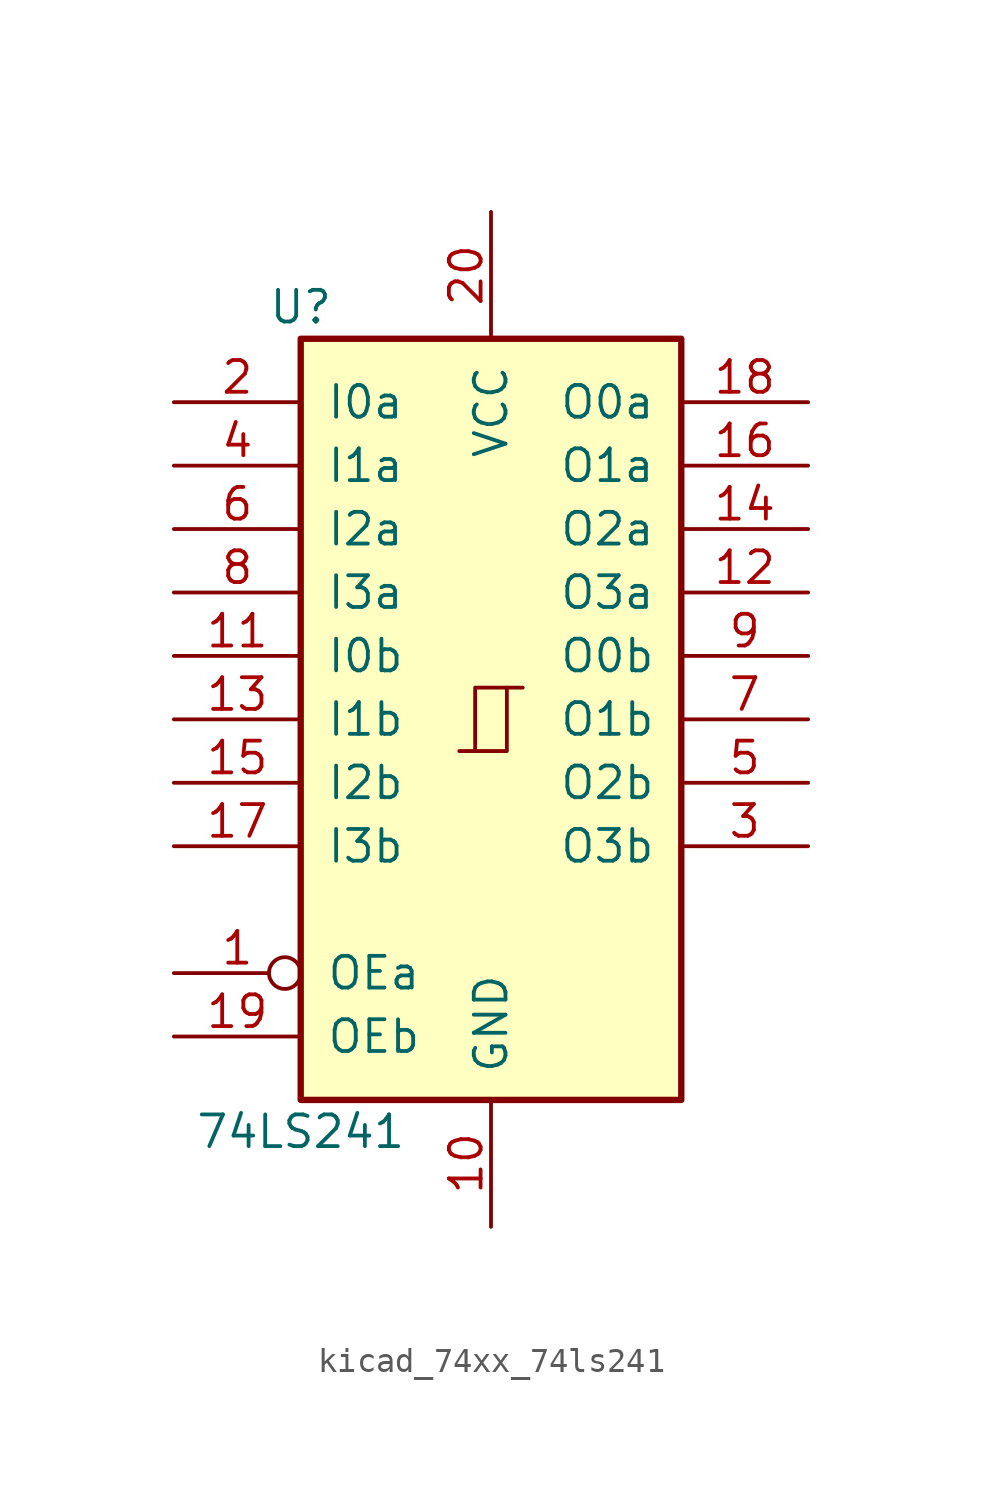
<source format=kicad_sym>
(kicad_symbol_lib
  (version 20220914)
  (generator kicad_symbol_editor)
  (symbol "kicad_74xx_74ls241"
    (pin_names
      (offset 1.016))
    (property "Reference" "U"
      (at -7.62 16.51 0)
      (effects (font (size 1.27 1.27))))
    (property "Value" "74LS241"
      (at -7.62 -16.51 0)
      (effects (font (size 1.27 1.27))))
    (symbol "kicad_74xx_74ls241_1_0"
      (polyline (pts (xy -0.635 -1.27) (xy -0.635 1.27) (xy 0.635 1.27)) (stroke (width 0) (type default)) (fill (type none)))
      (polyline (pts (xy -1.27 -1.27) (xy 0.635 -1.27) (xy 0.635 1.27) (xy 1.27 1.27)) (stroke (width 0) (type default)) (fill (type none)))
      (pin input inverted (at -12.7 -10.16 0) (length 5.08) (name "OEa" (effects (font (size 1.27 1.27)))) (number "1" (effects (font (size 1.27 1.27)))))
      (pin power_in line (at 0 -20.32 90) (length 5.08) (name "GND" (effects (font (size 1.27 1.27)))) (number "10" (effects (font (size 1.27 1.27)))))
      (pin input line (at -12.7 2.54 0) (length 5.08) (name "I0b" (effects (font (size 1.27 1.27)))) (number "11" (effects (font (size 1.27 1.27)))))
      (pin tri_state line (at 12.7 5.08 180) (length 5.08) (name "O3a" (effects (font (size 1.27 1.27)))) (number "12" (effects (font (size 1.27 1.27)))))
      (pin input line (at -12.7 0 0) (length 5.08) (name "I1b" (effects (font (size 1.27 1.27)))) (number "13" (effects (font (size 1.27 1.27)))))
      (pin tri_state line (at 12.7 7.62 180) (length 5.08) (name "O2a" (effects (font (size 1.27 1.27)))) (number "14" (effects (font (size 1.27 1.27)))))
      (pin input line (at -12.7 -2.54 0) (length 5.08) (name "I2b" (effects (font (size 1.27 1.27)))) (number "15" (effects (font (size 1.27 1.27)))))
      (pin tri_state line (at 12.7 10.16 180) (length 5.08) (name "O1a" (effects (font (size 1.27 1.27)))) (number "16" (effects (font (size 1.27 1.27)))))
      (pin input line (at -12.7 -5.08 0) (length 5.08) (name "I3b" (effects (font (size 1.27 1.27)))) (number "17" (effects (font (size 1.27 1.27)))))
      (pin tri_state line (at 12.7 12.7 180) (length 5.08) (name "O0a" (effects (font (size 1.27 1.27)))) (number "18" (effects (font (size 1.27 1.27)))))
      (pin input line (at -12.7 -12.7 0) (length 5.08) (name "OEb" (effects (font (size 1.27 1.27)))) (number "19" (effects (font (size 1.27 1.27)))))
      (pin input line (at -12.7 12.7 0) (length 5.08) (name "I0a" (effects (font (size 1.27 1.27)))) (number "2" (effects (font (size 1.27 1.27)))))
      (pin power_in line (at 0 20.32 270) (length 5.08) (name "VCC" (effects (font (size 1.27 1.27)))) (number "20" (effects (font (size 1.27 1.27)))))
      (pin tri_state line (at 12.7 -5.08 180) (length 5.08) (name "O3b" (effects (font (size 1.27 1.27)))) (number "3" (effects (font (size 1.27 1.27)))))
      (pin input line (at -12.7 10.16 0) (length 5.08) (name "I1a" (effects (font (size 1.27 1.27)))) (number "4" (effects (font (size 1.27 1.27)))))
      (pin tri_state line (at 12.7 -2.54 180) (length 5.08) (name "O2b" (effects (font (size 1.27 1.27)))) (number "5" (effects (font (size 1.27 1.27)))))
      (pin input line (at -12.7 7.62 0) (length 5.08) (name "I2a" (effects (font (size 1.27 1.27)))) (number "6" (effects (font (size 1.27 1.27)))))
      (pin tri_state line (at 12.7 0 180) (length 5.08) (name "O1b" (effects (font (size 1.27 1.27)))) (number "7" (effects (font (size 1.27 1.27)))))
      (pin input line (at -12.7 5.08 0) (length 5.08) (name "I3a" (effects (font (size 1.27 1.27)))) (number "8" (effects (font (size 1.27 1.27)))))
      (pin tri_state line (at 12.7 2.54 180) (length 5.08) (name "O0b" (effects (font (size 1.27 1.27)))) (number "9" (effects (font (size 1.27 1.27))))))
    (symbol "kicad_74xx_74ls241_1_1"
      (rectangle (start -7.62 15.24) (end 7.62 -15.24) (stroke (width 0.254) (type default)) (fill (type background))))))
</source>
